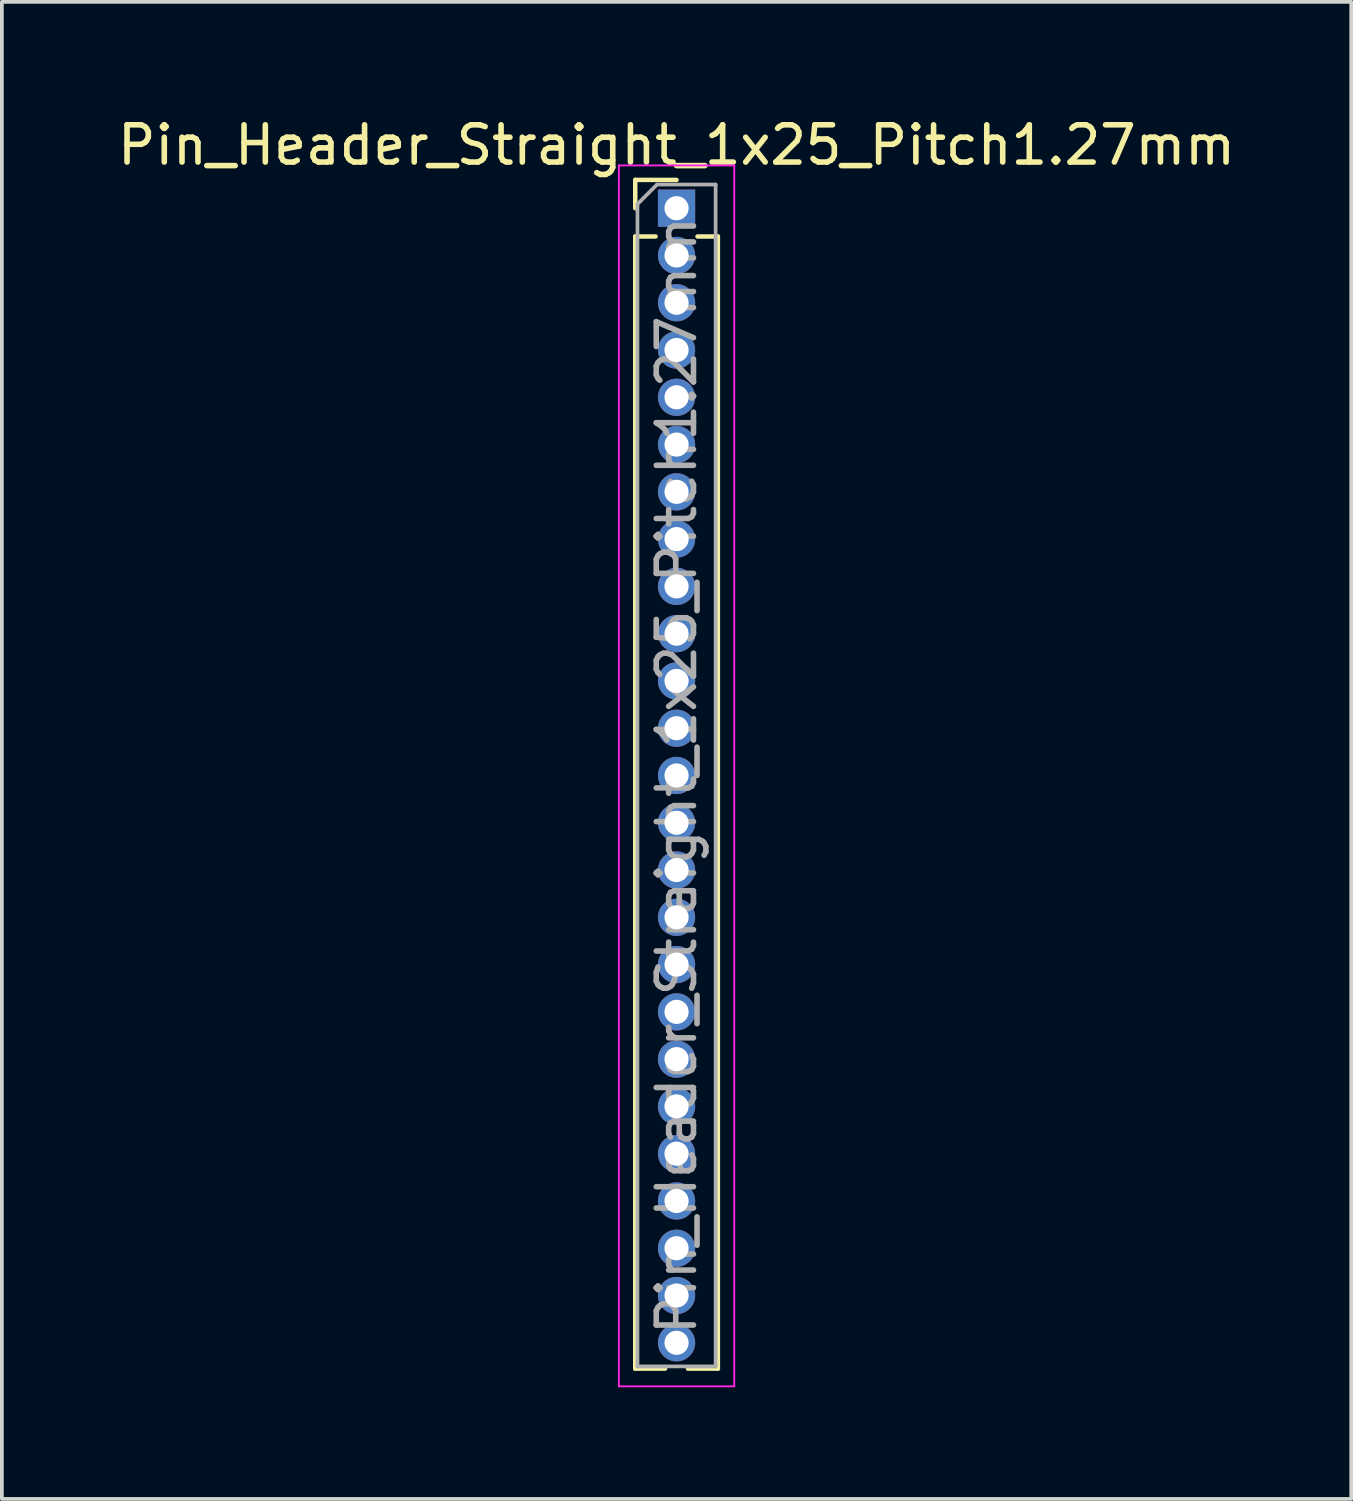
<source format=kicad_pcb>
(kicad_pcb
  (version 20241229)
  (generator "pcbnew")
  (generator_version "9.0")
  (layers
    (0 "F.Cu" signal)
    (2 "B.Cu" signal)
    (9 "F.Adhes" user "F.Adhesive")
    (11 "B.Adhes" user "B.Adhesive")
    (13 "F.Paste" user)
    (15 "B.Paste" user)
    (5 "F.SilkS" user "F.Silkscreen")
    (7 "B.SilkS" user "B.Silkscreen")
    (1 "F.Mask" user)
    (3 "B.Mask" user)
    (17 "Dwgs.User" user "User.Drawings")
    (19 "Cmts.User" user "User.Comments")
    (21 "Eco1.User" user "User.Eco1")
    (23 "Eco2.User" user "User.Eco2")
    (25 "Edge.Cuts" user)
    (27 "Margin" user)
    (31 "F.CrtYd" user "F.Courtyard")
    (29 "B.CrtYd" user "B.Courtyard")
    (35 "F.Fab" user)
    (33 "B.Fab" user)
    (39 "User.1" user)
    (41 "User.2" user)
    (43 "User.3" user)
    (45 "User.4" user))
  (footprint "Pin_Header_Straight_1x25_Pitch1.27mm"
    (layer "F.Cu")
    (at 15.125 2.543)
    (property "Reference" "Pin_Header_Straight_1x25_Pitch1.27mm" (at 0 -1.695 0) (layer "F.SilkS") (effects (font (size 1 1) (thickness 0.15))))
    (attr through_hole)
    (fp_line (start -1.11 -0.76) (end 0 -0.76) (stroke (width 0.12) (type solid)) (layer "F.SilkS"))
    (fp_line (start -1.11 0) (end -1.11 -0.76) (stroke (width 0.12) (type solid)) (layer "F.SilkS"))
    (fp_line (start -1.11 0.76) (end -1.11 31.175) (stroke (width 0.12) (type solid)) (layer "F.SilkS"))
    (fp_line (start -1.11 0.76) (end -0.563 0.76) (stroke (width 0.12) (type solid)) (layer "F.SilkS"))
    (fp_line (start -1.11 31.175) (end -0.308 31.175) (stroke (width 0.12) (type solid)) (layer "F.SilkS"))
    (fp_line (start 0.308 31.175) (end 1.11 31.175) (stroke (width 0.12) (type solid)) (layer "F.SilkS"))
    (fp_line (start 0.563 0.76) (end 1.11 0.76) (stroke (width 0.12) (type solid)) (layer "F.SilkS"))
    (fp_line (start 1.11 0.76) (end 1.11 31.175) (stroke (width 0.12) (type solid)) (layer "F.SilkS"))
    (fp_line (start -1.55 -1.15) (end -1.55 31.65) (stroke (width 0.05) (type solid)) (layer "F.CrtYd"))
    (fp_line (start -1.55 31.65) (end 1.55 31.65) (stroke (width 0.05) (type solid)) (layer "F.CrtYd"))
    (fp_line (start 1.55 -1.15) (end -1.55 -1.15) (stroke (width 0.05) (type solid)) (layer "F.CrtYd"))
    (fp_line (start 1.55 31.65) (end 1.55 -1.15) (stroke (width 0.05) (type solid)) (layer "F.CrtYd"))
    (fp_line (start -1.05 -0.11) (end -0.525 -0.635) (stroke (width 0.1) (type solid)) (layer "F.Fab"))
    (fp_line (start -1.05 31.115) (end -1.05 -0.11) (stroke (width 0.1) (type solid)) (layer "F.Fab"))
    (fp_line (start -0.525 -0.635) (end 1.05 -0.635) (stroke (width 0.1) (type solid)) (layer "F.Fab"))
    (fp_line (start 1.05 -0.635) (end 1.05 31.115) (stroke (width 0.1) (type solid)) (layer "F.Fab"))
    (fp_line (start 1.05 31.115) (end -1.05 31.115) (stroke (width 0.1) (type solid)) (layer "F.Fab"))
    (fp_text user "${REFERENCE}" (at 0 15.24 90) (layer "F.Fab") (effects (font (size 1 1) (thickness 0.15))))
    (pad "1" thru_hole rect (at 0 0) (size 1 1) (drill 0.65) (layers "*.Cu" "*.Mask"))
    (pad "2" thru_hole oval (at 0 1.27) (size 1 1) (drill 0.65) (layers "*.Cu" "*.Mask"))
    (pad "3" thru_hole oval (at 0 2.54) (size 1 1) (drill 0.65) (layers "*.Cu" "*.Mask"))
    (pad "4" thru_hole oval (at 0 3.81) (size 1 1) (drill 0.65) (layers "*.Cu" "*.Mask"))
    (pad "5" thru_hole oval (at 0 5.08) (size 1 1) (drill 0.65) (layers "*.Cu" "*.Mask"))
    (pad "6" thru_hole oval (at 0 6.35) (size 1 1) (drill 0.65) (layers "*.Cu" "*.Mask"))
    (pad "7" thru_hole oval (at 0 7.62) (size 1 1) (drill 0.65) (layers "*.Cu" "*.Mask"))
    (pad "8" thru_hole oval (at 0 8.89) (size 1 1) (drill 0.65) (layers "*.Cu" "*.Mask"))
    (pad "9" thru_hole oval (at 0 10.16) (size 1 1) (drill 0.65) (layers "*.Cu" "*.Mask"))
    (pad "10" thru_hole oval (at 0 11.43) (size 1 1) (drill 0.65) (layers "*.Cu" "*.Mask"))
    (pad "11" thru_hole oval (at 0 12.7) (size 1 1) (drill 0.65) (layers "*.Cu" "*.Mask"))
    (pad "12" thru_hole oval (at 0 13.97) (size 1 1) (drill 0.65) (layers "*.Cu" "*.Mask"))
    (pad "13" thru_hole oval (at 0 15.24) (size 1 1) (drill 0.65) (layers "*.Cu" "*.Mask"))
    (pad "14" thru_hole oval (at 0 16.51) (size 1 1) (drill 0.65) (layers "*.Cu" "*.Mask"))
    (pad "15" thru_hole oval (at 0 17.78) (size 1 1) (drill 0.65) (layers "*.Cu" "*.Mask"))
    (pad "16" thru_hole oval (at 0 19.05) (size 1 1) (drill 0.65) (layers "*.Cu" "*.Mask"))
    (pad "17" thru_hole oval (at 0 20.32) (size 1 1) (drill 0.65) (layers "*.Cu" "*.Mask"))
    (pad "18" thru_hole oval (at 0 21.59) (size 1 1) (drill 0.65) (layers "*.Cu" "*.Mask"))
    (pad "19" thru_hole oval (at 0 22.86) (size 1 1) (drill 0.65) (layers "*.Cu" "*.Mask"))
    (pad "20" thru_hole oval (at 0 24.13) (size 1 1) (drill 0.65) (layers "*.Cu" "*.Mask"))
    (pad "21" thru_hole oval (at 0 25.4) (size 1 1) (drill 0.65) (layers "*.Cu" "*.Mask"))
    (pad "22" thru_hole oval (at 0 26.67) (size 1 1) (drill 0.65) (layers "*.Cu" "*.Mask"))
    (pad "23" thru_hole oval (at 0 27.94) (size 1 1) (drill 0.65) (layers "*.Cu" "*.Mask"))
    (pad "24" thru_hole oval (at 0 29.21) (size 1 1) (drill 0.65) (layers "*.Cu" "*.Mask"))
    (pad "25" thru_hole oval (at 0 30.48) (size 1 1) (drill 0.65) (layers "*.Cu" "*.Mask")))
  (gr_rect
    (start -3 -3)
    (end 33.25 37.218)
    (stroke (width 0.1) (type default))
    (fill no)
    (layer "Edge.Cuts")))
</source>
